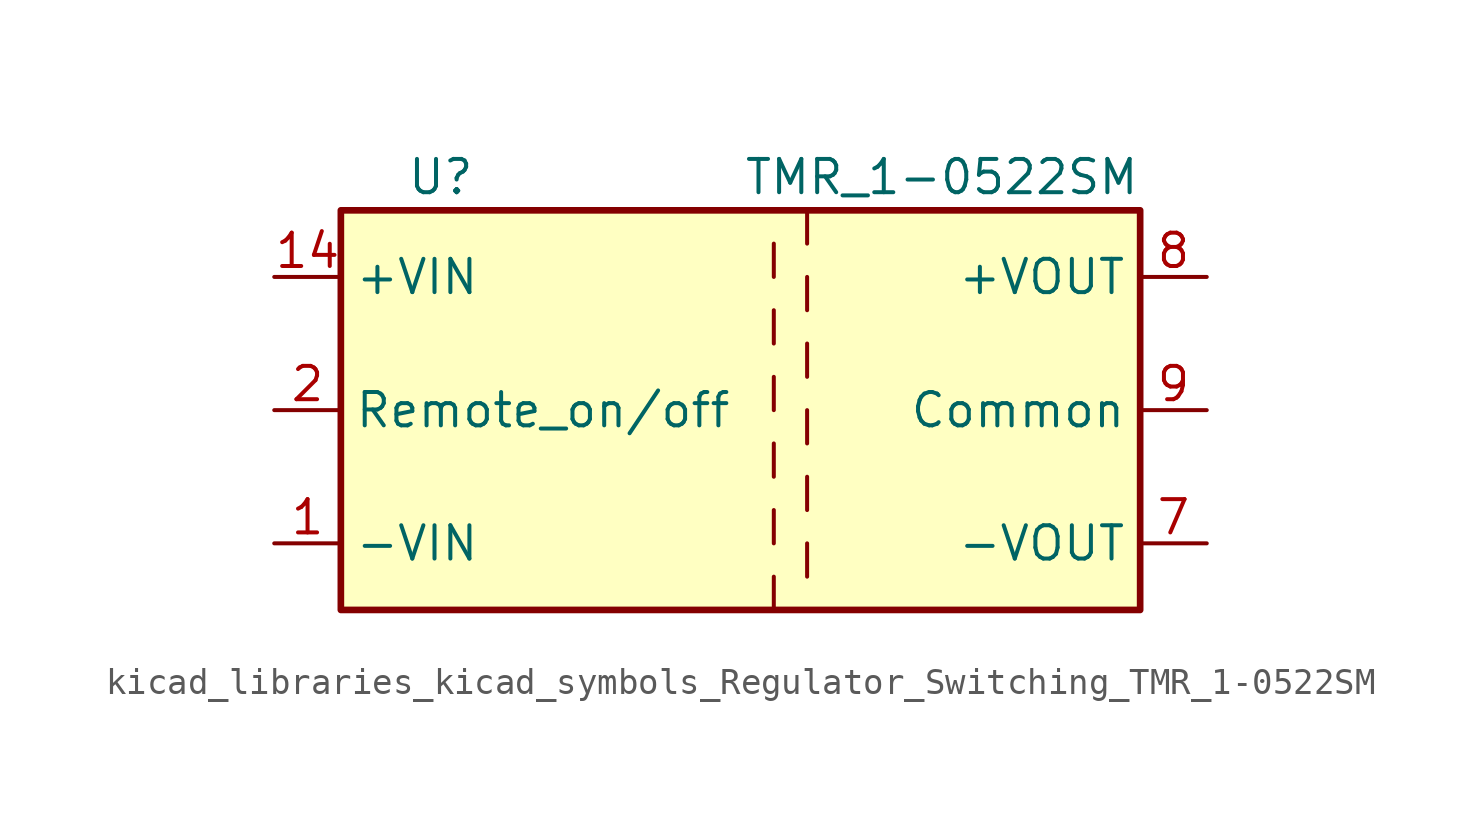
<source format=kicad_sym>
(kicad_symbol_lib
  (version 20220914)
  (generator kicad_symbol_editor)
  (symbol "kicad_libraries_kicad_symbols_Regulator_Switching_TMR_1-0522SM"
    (property "Reference" "U"
      (at -11.43 8.89 0)
      (effects (font (size 1.27 1.27))))
    (property "Value" "TMR_1-0522SM"
      (at 15.24 8.89 0)
      (effects (font (size 1.27 1.27)) (justify right)))
    (symbol "kicad_libraries_kicad_symbols_Regulator_Switching_TMR_1-0522SM_0_1"
      (rectangle (start -15.24 7.62) (end 15.24 -7.62) (stroke (width 0.254) (type default)) (fill (type background)))
      (polyline (pts (xy 1.27 -6.35) (xy 1.27 -7.62)) (stroke (width 0) (type default)) (fill (type none)))
      (polyline (pts (xy 1.27 -3.81) (xy 1.27 -5.08)) (stroke (width 0) (type default)) (fill (type none)))
      (polyline (pts (xy 1.27 -1.27) (xy 1.27 -2.54)) (stroke (width 0) (type default)) (fill (type none)))
      (polyline (pts (xy 1.27 1.27) (xy 1.27 0)) (stroke (width 0) (type default)) (fill (type none)))
      (polyline (pts (xy 1.27 3.81) (xy 1.27 2.54)) (stroke (width 0) (type default)) (fill (type none)))
      (polyline (pts (xy 1.27 6.35) (xy 1.27 5.08)) (stroke (width 0) (type default)) (fill (type none)))
      (polyline (pts (xy 2.54 -5.08) (xy 2.54 -6.35)) (stroke (width 0) (type default)) (fill (type none)))
      (polyline (pts (xy 2.54 -2.54) (xy 2.54 -3.81)) (stroke (width 0) (type default)) (fill (type none)))
      (polyline (pts (xy 2.54 0) (xy 2.54 -1.27)) (stroke (width 0) (type default)) (fill (type none)))
      (polyline (pts (xy 2.54 2.54) (xy 2.54 1.27)) (stroke (width 0) (type default)) (fill (type none)))
      (polyline (pts (xy 2.54 5.08) (xy 2.54 3.81)) (stroke (width 0) (type default)) (fill (type none)))
      (polyline (pts (xy 2.54 7.62) (xy 2.54 6.35)) (stroke (width 0) (type default)) (fill (type none))))
    (symbol "kicad_libraries_kicad_symbols_Regulator_Switching_TMR_1-0522SM_1_1"
      (pin power_in line (at -17.78 -5.08 0) (length 2.54) (name "-VIN" (effects (font (size 1.27 1.27)))) (number "1" (effects (font (size 1.27 1.27)))))
      (pin power_in line (at -17.78 5.08 0) (length 2.54) (name "+VIN" (effects (font (size 1.27 1.27)))) (number "14" (effects (font (size 1.27 1.27)))))
      (pin input line (at -17.78 0 0) (length 2.54) (name "Remote_on/off" (effects (font (size 1.27 1.27)))) (number "2" (effects (font (size 1.27 1.27)))))
      (pin passive line (at 17.78 0 180) (length 2.54) hide (name "Common" (effects (font (size 1.27 1.27)))) (number "6" (effects (font (size 1.27 1.27)))))
      (pin power_out line (at 17.78 -5.08 180) (length 2.54) (name "-VOUT" (effects (font (size 1.27 1.27)))) (number "7" (effects (font (size 1.27 1.27)))))
      (pin power_out line (at 17.78 5.08 180) (length 2.54) (name "+VOUT" (effects (font (size 1.27 1.27)))) (number "8" (effects (font (size 1.27 1.27)))))
      (pin power_out line (at 17.78 0 180) (length 2.54) (name "Common" (effects (font (size 1.27 1.27)))) (number "9" (effects (font (size 1.27 1.27))))))))
</source>
